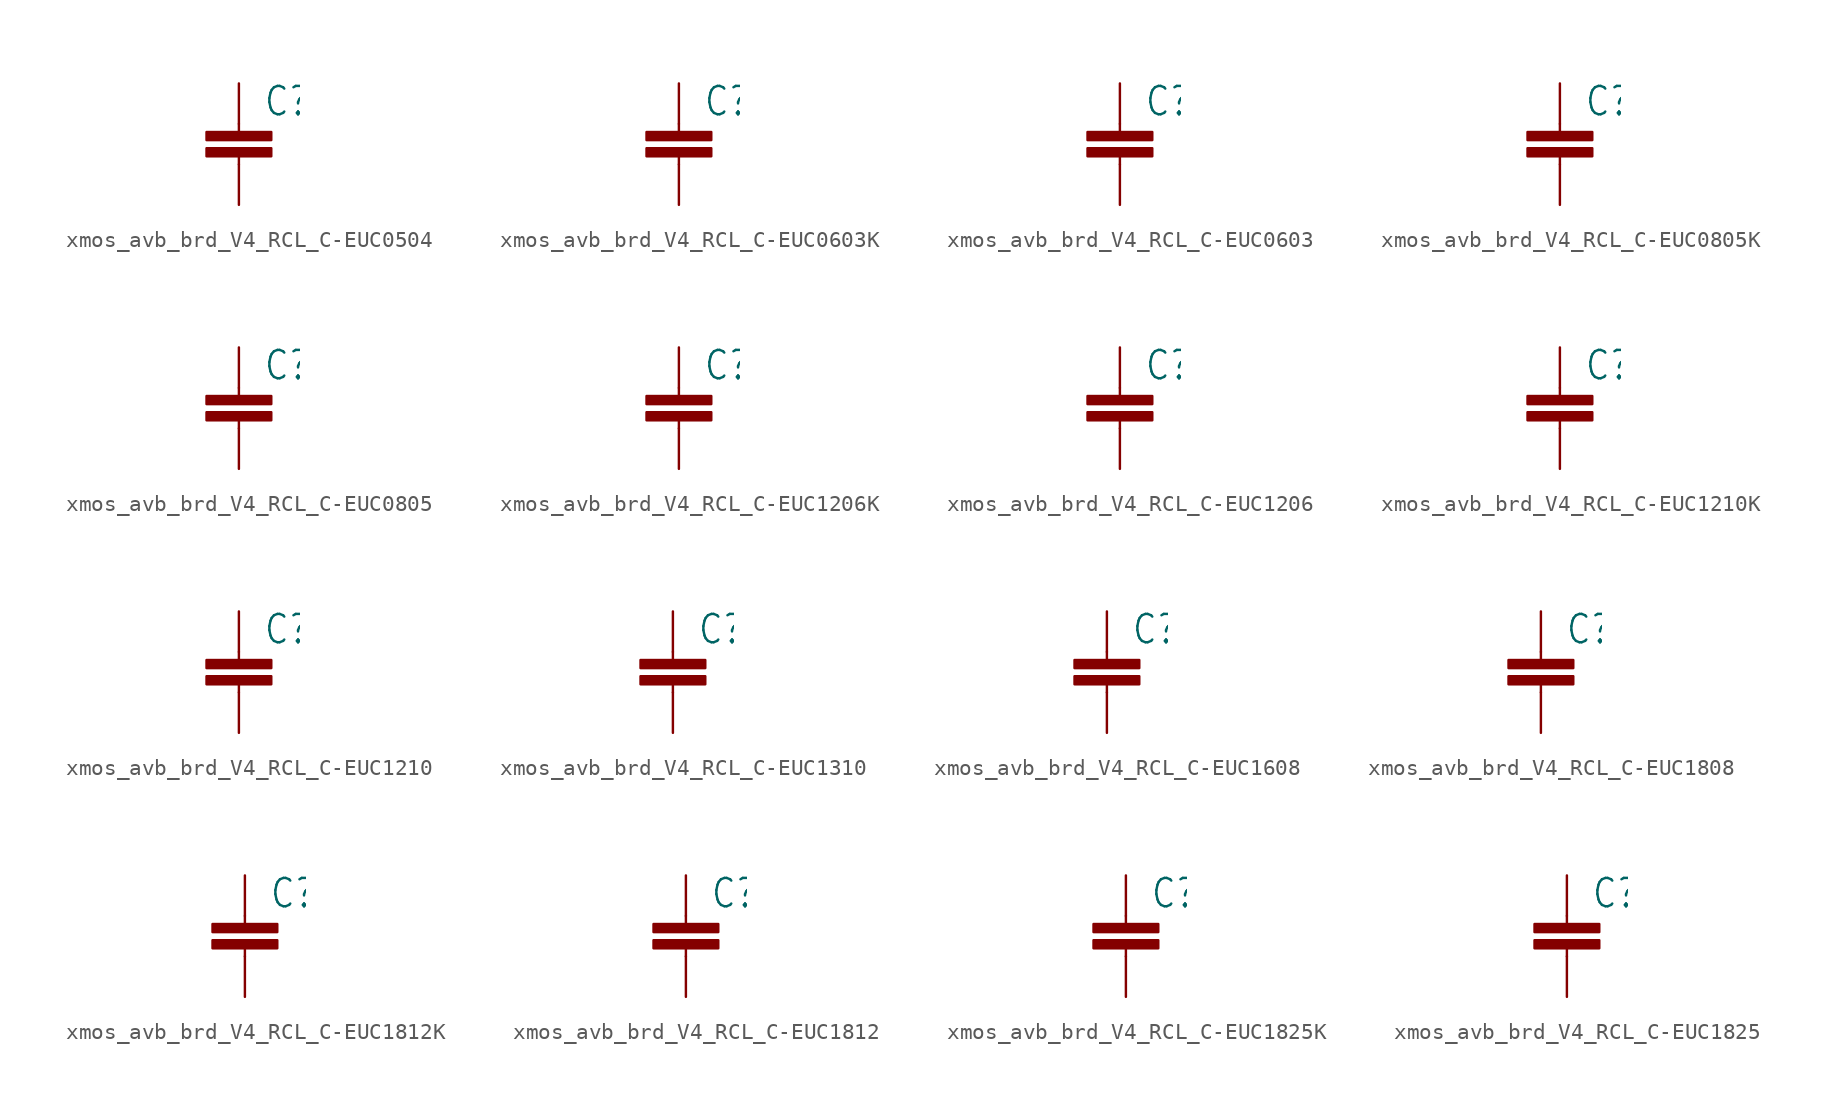
<source format=kicad_sym>
(kicad_symbol_lib
  (version 20241209)
  (generator "kicad_symbol_editor")
  (generator_version "9.0")
  (symbol "xmos_avb_brd_V4_RCL_C-EUC0504"
    (property "Reference" "C"
      (at 1.524 0.381 0)
      (effects (font (size 1.778 1.511)) (justify left bottom)))
    (property "Value" ""
      (at 1.524 -4.699 0)
      (effects (font (size 1.778 1.511)) (justify left bottom)))
    (property "ki_locked" ""
      (at 0 0 0)
      (effects (font (size 1.27 1.27))))
    (symbol "xmos_avb_brd_V4_RCL_C-EUC0504_1_0"
      (rectangle (start -2.032 -1.016) (end 2.032 -0.508) (stroke (width 0) (type default)) (fill (type outline)))
      (rectangle (start -2.032 -2.032) (end 2.032 -1.524) (stroke (width 0) (type default)) (fill (type outline)))
      (polyline (pts (xy 0 0) (xy 0 -0.508)) (stroke (width 0.152) (type solid)) (fill (type none)))
      (polyline (pts (xy 0 -2.54) (xy 0 -2.032)) (stroke (width 0.152) (type solid)) (fill (type none)))
      (pin passive line (at 0 2.54 270) (length 2.54) (name "1" (effects (font (size 0 0)))) (number "1" (effects (font (size 0 0)))))
      (pin passive line (at 0 -5.08 90) (length 2.54) (name "2" (effects (font (size 0 0)))) (number "2" (effects (font (size 0 0)))))))
  (symbol "xmos_avb_brd_V4_RCL_C-EUC0603K"
    (property "Reference" "C"
      (at 1.524 0.381 0)
      (effects (font (size 1.778 1.511)) (justify left bottom)))
    (property "Value" ""
      (at 1.524 -4.699 0)
      (effects (font (size 1.778 1.511)) (justify left bottom)))
    (property "ki_locked" ""
      (at 0 0 0)
      (effects (font (size 1.27 1.27))))
    (symbol "xmos_avb_brd_V4_RCL_C-EUC0603K_1_0"
      (rectangle (start -2.032 -1.016) (end 2.032 -0.508) (stroke (width 0) (type default)) (fill (type outline)))
      (rectangle (start -2.032 -2.032) (end 2.032 -1.524) (stroke (width 0) (type default)) (fill (type outline)))
      (polyline (pts (xy 0 0) (xy 0 -0.508)) (stroke (width 0.152) (type solid)) (fill (type none)))
      (polyline (pts (xy 0 -2.54) (xy 0 -2.032)) (stroke (width 0.152) (type solid)) (fill (type none)))
      (pin passive line (at 0 2.54 270) (length 2.54) (name "1" (effects (font (size 0 0)))) (number "1" (effects (font (size 0 0)))))
      (pin passive line (at 0 -5.08 90) (length 2.54) (name "2" (effects (font (size 0 0)))) (number "2" (effects (font (size 0 0)))))))
  (symbol "xmos_avb_brd_V4_RCL_C-EUC0603"
    (property "Reference" "C"
      (at 1.524 0.381 0)
      (effects (font (size 1.778 1.511)) (justify left bottom)))
    (property "Value" ""
      (at 1.524 -4.699 0)
      (effects (font (size 1.778 1.511)) (justify left bottom)))
    (property "ki_locked" ""
      (at 0 0 0)
      (effects (font (size 1.27 1.27))))
    (symbol "xmos_avb_brd_V4_RCL_C-EUC0603_1_0"
      (rectangle (start -2.032 -1.016) (end 2.032 -0.508) (stroke (width 0) (type default)) (fill (type outline)))
      (rectangle (start -2.032 -2.032) (end 2.032 -1.524) (stroke (width 0) (type default)) (fill (type outline)))
      (polyline (pts (xy 0 0) (xy 0 -0.508)) (stroke (width 0.152) (type solid)) (fill (type none)))
      (polyline (pts (xy 0 -2.54) (xy 0 -2.032)) (stroke (width 0.152) (type solid)) (fill (type none)))
      (pin passive line (at 0 2.54 270) (length 2.54) (name "1" (effects (font (size 0 0)))) (number "1" (effects (font (size 0 0)))))
      (pin passive line (at 0 -5.08 90) (length 2.54) (name "2" (effects (font (size 0 0)))) (number "2" (effects (font (size 0 0)))))))
  (symbol "xmos_avb_brd_V4_RCL_C-EUC0805K"
    (property "Reference" "C"
      (at 1.524 0.381 0)
      (effects (font (size 1.778 1.511)) (justify left bottom)))
    (property "Value" ""
      (at 1.524 -4.699 0)
      (effects (font (size 1.778 1.511)) (justify left bottom)))
    (property "ki_locked" ""
      (at 0 0 0)
      (effects (font (size 1.27 1.27))))
    (symbol "xmos_avb_brd_V4_RCL_C-EUC0805K_1_0"
      (rectangle (start -2.032 -1.016) (end 2.032 -0.508) (stroke (width 0) (type default)) (fill (type outline)))
      (rectangle (start -2.032 -2.032) (end 2.032 -1.524) (stroke (width 0) (type default)) (fill (type outline)))
      (polyline (pts (xy 0 0) (xy 0 -0.508)) (stroke (width 0.152) (type solid)) (fill (type none)))
      (polyline (pts (xy 0 -2.54) (xy 0 -2.032)) (stroke (width 0.152) (type solid)) (fill (type none)))
      (pin passive line (at 0 2.54 270) (length 2.54) (name "1" (effects (font (size 0 0)))) (number "1" (effects (font (size 0 0)))))
      (pin passive line (at 0 -5.08 90) (length 2.54) (name "2" (effects (font (size 0 0)))) (number "2" (effects (font (size 0 0)))))))
  (symbol "xmos_avb_brd_V4_RCL_C-EUC0805"
    (property "Reference" "C"
      (at 1.524 0.381 0)
      (effects (font (size 1.778 1.511)) (justify left bottom)))
    (property "Value" ""
      (at 1.524 -4.699 0)
      (effects (font (size 1.778 1.511)) (justify left bottom)))
    (property "ki_locked" ""
      (at 0 0 0)
      (effects (font (size 1.27 1.27))))
    (symbol "xmos_avb_brd_V4_RCL_C-EUC0805_1_0"
      (rectangle (start -2.032 -1.016) (end 2.032 -0.508) (stroke (width 0) (type default)) (fill (type outline)))
      (rectangle (start -2.032 -2.032) (end 2.032 -1.524) (stroke (width 0) (type default)) (fill (type outline)))
      (polyline (pts (xy 0 0) (xy 0 -0.508)) (stroke (width 0.152) (type solid)) (fill (type none)))
      (polyline (pts (xy 0 -2.54) (xy 0 -2.032)) (stroke (width 0.152) (type solid)) (fill (type none)))
      (pin passive line (at 0 2.54 270) (length 2.54) (name "1" (effects (font (size 0 0)))) (number "1" (effects (font (size 0 0)))))
      (pin passive line (at 0 -5.08 90) (length 2.54) (name "2" (effects (font (size 0 0)))) (number "2" (effects (font (size 0 0)))))))
  (symbol "xmos_avb_brd_V4_RCL_C-EUC1206K"
    (property "Reference" "C"
      (at 1.524 0.381 0)
      (effects (font (size 1.778 1.511)) (justify left bottom)))
    (property "Value" ""
      (at 1.524 -4.699 0)
      (effects (font (size 1.778 1.511)) (justify left bottom)))
    (property "ki_locked" ""
      (at 0 0 0)
      (effects (font (size 1.27 1.27))))
    (symbol "xmos_avb_brd_V4_RCL_C-EUC1206K_1_0"
      (rectangle (start -2.032 -1.016) (end 2.032 -0.508) (stroke (width 0) (type default)) (fill (type outline)))
      (rectangle (start -2.032 -2.032) (end 2.032 -1.524) (stroke (width 0) (type default)) (fill (type outline)))
      (polyline (pts (xy 0 0) (xy 0 -0.508)) (stroke (width 0.152) (type solid)) (fill (type none)))
      (polyline (pts (xy 0 -2.54) (xy 0 -2.032)) (stroke (width 0.152) (type solid)) (fill (type none)))
      (pin passive line (at 0 2.54 270) (length 2.54) (name "1" (effects (font (size 0 0)))) (number "1" (effects (font (size 0 0)))))
      (pin passive line (at 0 -5.08 90) (length 2.54) (name "2" (effects (font (size 0 0)))) (number "2" (effects (font (size 0 0)))))))
  (symbol "xmos_avb_brd_V4_RCL_C-EUC1206"
    (property "Reference" "C"
      (at 1.524 0.381 0)
      (effects (font (size 1.778 1.511)) (justify left bottom)))
    (property "Value" ""
      (at 1.524 -4.699 0)
      (effects (font (size 1.778 1.511)) (justify left bottom)))
    (property "ki_locked" ""
      (at 0 0 0)
      (effects (font (size 1.27 1.27))))
    (symbol "xmos_avb_brd_V4_RCL_C-EUC1206_1_0"
      (rectangle (start -2.032 -1.016) (end 2.032 -0.508) (stroke (width 0) (type default)) (fill (type outline)))
      (rectangle (start -2.032 -2.032) (end 2.032 -1.524) (stroke (width 0) (type default)) (fill (type outline)))
      (polyline (pts (xy 0 0) (xy 0 -0.508)) (stroke (width 0.152) (type solid)) (fill (type none)))
      (polyline (pts (xy 0 -2.54) (xy 0 -2.032)) (stroke (width 0.152) (type solid)) (fill (type none)))
      (pin passive line (at 0 2.54 270) (length 2.54) (name "1" (effects (font (size 0 0)))) (number "1" (effects (font (size 0 0)))))
      (pin passive line (at 0 -5.08 90) (length 2.54) (name "2" (effects (font (size 0 0)))) (number "2" (effects (font (size 0 0)))))))
  (symbol "xmos_avb_brd_V4_RCL_C-EUC1210K"
    (property "Reference" "C"
      (at 1.524 0.381 0)
      (effects (font (size 1.778 1.511)) (justify left bottom)))
    (property "Value" ""
      (at 1.524 -4.699 0)
      (effects (font (size 1.778 1.511)) (justify left bottom)))
    (property "ki_locked" ""
      (at 0 0 0)
      (effects (font (size 1.27 1.27))))
    (symbol "xmos_avb_brd_V4_RCL_C-EUC1210K_1_0"
      (rectangle (start -2.032 -1.016) (end 2.032 -0.508) (stroke (width 0) (type default)) (fill (type outline)))
      (rectangle (start -2.032 -2.032) (end 2.032 -1.524) (stroke (width 0) (type default)) (fill (type outline)))
      (polyline (pts (xy 0 0) (xy 0 -0.508)) (stroke (width 0.152) (type solid)) (fill (type none)))
      (polyline (pts (xy 0 -2.54) (xy 0 -2.032)) (stroke (width 0.152) (type solid)) (fill (type none)))
      (pin passive line (at 0 2.54 270) (length 2.54) (name "1" (effects (font (size 0 0)))) (number "1" (effects (font (size 0 0)))))
      (pin passive line (at 0 -5.08 90) (length 2.54) (name "2" (effects (font (size 0 0)))) (number "2" (effects (font (size 0 0)))))))
  (symbol "xmos_avb_brd_V4_RCL_C-EUC1210"
    (property "Reference" "C"
      (at 1.524 0.381 0)
      (effects (font (size 1.778 1.511)) (justify left bottom)))
    (property "Value" ""
      (at 1.524 -4.699 0)
      (effects (font (size 1.778 1.511)) (justify left bottom)))
    (property "ki_locked" ""
      (at 0 0 0)
      (effects (font (size 1.27 1.27))))
    (symbol "xmos_avb_brd_V4_RCL_C-EUC1210_1_0"
      (rectangle (start -2.032 -1.016) (end 2.032 -0.508) (stroke (width 0) (type default)) (fill (type outline)))
      (rectangle (start -2.032 -2.032) (end 2.032 -1.524) (stroke (width 0) (type default)) (fill (type outline)))
      (polyline (pts (xy 0 0) (xy 0 -0.508)) (stroke (width 0.152) (type solid)) (fill (type none)))
      (polyline (pts (xy 0 -2.54) (xy 0 -2.032)) (stroke (width 0.152) (type solid)) (fill (type none)))
      (pin passive line (at 0 2.54 270) (length 2.54) (name "1" (effects (font (size 0 0)))) (number "1" (effects (font (size 0 0)))))
      (pin passive line (at 0 -5.08 90) (length 2.54) (name "2" (effects (font (size 0 0)))) (number "2" (effects (font (size 0 0)))))))
  (symbol "xmos_avb_brd_V4_RCL_C-EUC1310"
    (property "Reference" "C"
      (at 1.524 0.381 0)
      (effects (font (size 1.778 1.511)) (justify left bottom)))
    (property "Value" ""
      (at 1.524 -4.699 0)
      (effects (font (size 1.778 1.511)) (justify left bottom)))
    (property "ki_locked" ""
      (at 0 0 0)
      (effects (font (size 1.27 1.27))))
    (symbol "xmos_avb_brd_V4_RCL_C-EUC1310_1_0"
      (rectangle (start -2.032 -1.016) (end 2.032 -0.508) (stroke (width 0) (type default)) (fill (type outline)))
      (rectangle (start -2.032 -2.032) (end 2.032 -1.524) (stroke (width 0) (type default)) (fill (type outline)))
      (polyline (pts (xy 0 0) (xy 0 -0.508)) (stroke (width 0.152) (type solid)) (fill (type none)))
      (polyline (pts (xy 0 -2.54) (xy 0 -2.032)) (stroke (width 0.152) (type solid)) (fill (type none)))
      (pin passive line (at 0 2.54 270) (length 2.54) (name "1" (effects (font (size 0 0)))) (number "1" (effects (font (size 0 0)))))
      (pin passive line (at 0 -5.08 90) (length 2.54) (name "2" (effects (font (size 0 0)))) (number "2" (effects (font (size 0 0)))))))
  (symbol "xmos_avb_brd_V4_RCL_C-EUC1608"
    (property "Reference" "C"
      (at 1.524 0.381 0)
      (effects (font (size 1.778 1.511)) (justify left bottom)))
    (property "Value" ""
      (at 1.524 -4.699 0)
      (effects (font (size 1.778 1.511)) (justify left bottom)))
    (property "ki_locked" ""
      (at 0 0 0)
      (effects (font (size 1.27 1.27))))
    (symbol "xmos_avb_brd_V4_RCL_C-EUC1608_1_0"
      (rectangle (start -2.032 -1.016) (end 2.032 -0.508) (stroke (width 0) (type default)) (fill (type outline)))
      (rectangle (start -2.032 -2.032) (end 2.032 -1.524) (stroke (width 0) (type default)) (fill (type outline)))
      (polyline (pts (xy 0 0) (xy 0 -0.508)) (stroke (width 0.152) (type solid)) (fill (type none)))
      (polyline (pts (xy 0 -2.54) (xy 0 -2.032)) (stroke (width 0.152) (type solid)) (fill (type none)))
      (pin passive line (at 0 2.54 270) (length 2.54) (name "1" (effects (font (size 0 0)))) (number "1" (effects (font (size 0 0)))))
      (pin passive line (at 0 -5.08 90) (length 2.54) (name "2" (effects (font (size 0 0)))) (number "2" (effects (font (size 0 0)))))))
  (symbol "xmos_avb_brd_V4_RCL_C-EUC1808"
    (property "Reference" "C"
      (at 1.524 0.381 0)
      (effects (font (size 1.778 1.511)) (justify left bottom)))
    (property "Value" ""
      (at 1.524 -4.699 0)
      (effects (font (size 1.778 1.511)) (justify left bottom)))
    (property "ki_locked" ""
      (at 0 0 0)
      (effects (font (size 1.27 1.27))))
    (symbol "xmos_avb_brd_V4_RCL_C-EUC1808_1_0"
      (rectangle (start -2.032 -1.016) (end 2.032 -0.508) (stroke (width 0) (type default)) (fill (type outline)))
      (rectangle (start -2.032 -2.032) (end 2.032 -1.524) (stroke (width 0) (type default)) (fill (type outline)))
      (polyline (pts (xy 0 0) (xy 0 -0.508)) (stroke (width 0.152) (type solid)) (fill (type none)))
      (polyline (pts (xy 0 -2.54) (xy 0 -2.032)) (stroke (width 0.152) (type solid)) (fill (type none)))
      (pin passive line (at 0 2.54 270) (length 2.54) (name "1" (effects (font (size 0 0)))) (number "1" (effects (font (size 0 0)))))
      (pin passive line (at 0 -5.08 90) (length 2.54) (name "2" (effects (font (size 0 0)))) (number "2" (effects (font (size 0 0)))))))
  (symbol "xmos_avb_brd_V4_RCL_C-EUC1812K"
    (property "Reference" "C"
      (at 1.524 0.381 0)
      (effects (font (size 1.778 1.511)) (justify left bottom)))
    (property "Value" ""
      (at 1.524 -4.699 0)
      (effects (font (size 1.778 1.511)) (justify left bottom)))
    (property "ki_locked" ""
      (at 0 0 0)
      (effects (font (size 1.27 1.27))))
    (symbol "xmos_avb_brd_V4_RCL_C-EUC1812K_1_0"
      (rectangle (start -2.032 -1.016) (end 2.032 -0.508) (stroke (width 0) (type default)) (fill (type outline)))
      (rectangle (start -2.032 -2.032) (end 2.032 -1.524) (stroke (width 0) (type default)) (fill (type outline)))
      (polyline (pts (xy 0 0) (xy 0 -0.508)) (stroke (width 0.152) (type solid)) (fill (type none)))
      (polyline (pts (xy 0 -2.54) (xy 0 -2.032)) (stroke (width 0.152) (type solid)) (fill (type none)))
      (pin passive line (at 0 2.54 270) (length 2.54) (name "1" (effects (font (size 0 0)))) (number "1" (effects (font (size 0 0)))))
      (pin passive line (at 0 -5.08 90) (length 2.54) (name "2" (effects (font (size 0 0)))) (number "2" (effects (font (size 0 0)))))))
  (symbol "xmos_avb_brd_V4_RCL_C-EUC1812"
    (property "Reference" "C"
      (at 1.524 0.381 0)
      (effects (font (size 1.778 1.511)) (justify left bottom)))
    (property "Value" ""
      (at 1.524 -4.699 0)
      (effects (font (size 1.778 1.511)) (justify left bottom)))
    (property "ki_locked" ""
      (at 0 0 0)
      (effects (font (size 1.27 1.27))))
    (symbol "xmos_avb_brd_V4_RCL_C-EUC1812_1_0"
      (rectangle (start -2.032 -1.016) (end 2.032 -0.508) (stroke (width 0) (type default)) (fill (type outline)))
      (rectangle (start -2.032 -2.032) (end 2.032 -1.524) (stroke (width 0) (type default)) (fill (type outline)))
      (polyline (pts (xy 0 0) (xy 0 -0.508)) (stroke (width 0.152) (type solid)) (fill (type none)))
      (polyline (pts (xy 0 -2.54) (xy 0 -2.032)) (stroke (width 0.152) (type solid)) (fill (type none)))
      (pin passive line (at 0 2.54 270) (length 2.54) (name "1" (effects (font (size 0 0)))) (number "1" (effects (font (size 0 0)))))
      (pin passive line (at 0 -5.08 90) (length 2.54) (name "2" (effects (font (size 0 0)))) (number "2" (effects (font (size 0 0)))))))
  (symbol "xmos_avb_brd_V4_RCL_C-EUC1825K"
    (property "Reference" "C"
      (at 1.524 0.381 0)
      (effects (font (size 1.778 1.511)) (justify left bottom)))
    (property "Value" ""
      (at 1.524 -4.699 0)
      (effects (font (size 1.778 1.511)) (justify left bottom)))
    (property "ki_locked" ""
      (at 0 0 0)
      (effects (font (size 1.27 1.27))))
    (symbol "xmos_avb_brd_V4_RCL_C-EUC1825K_1_0"
      (rectangle (start -2.032 -1.016) (end 2.032 -0.508) (stroke (width 0) (type default)) (fill (type outline)))
      (rectangle (start -2.032 -2.032) (end 2.032 -1.524) (stroke (width 0) (type default)) (fill (type outline)))
      (polyline (pts (xy 0 0) (xy 0 -0.508)) (stroke (width 0.152) (type solid)) (fill (type none)))
      (polyline (pts (xy 0 -2.54) (xy 0 -2.032)) (stroke (width 0.152) (type solid)) (fill (type none)))
      (pin passive line (at 0 2.54 270) (length 2.54) (name "1" (effects (font (size 0 0)))) (number "1" (effects (font (size 0 0)))))
      (pin passive line (at 0 -5.08 90) (length 2.54) (name "2" (effects (font (size 0 0)))) (number "2" (effects (font (size 0 0)))))))
  (symbol "xmos_avb_brd_V4_RCL_C-EUC1825"
    (property "Reference" "C"
      (at 1.524 0.381 0)
      (effects (font (size 1.778 1.511)) (justify left bottom)))
    (property "Value" ""
      (at 1.524 -4.699 0)
      (effects (font (size 1.778 1.511)) (justify left bottom)))
    (property "ki_locked" ""
      (at 0 0 0)
      (effects (font (size 1.27 1.27))))
    (symbol "xmos_avb_brd_V4_RCL_C-EUC1825_1_0"
      (rectangle (start -2.032 -1.016) (end 2.032 -0.508) (stroke (width 0) (type default)) (fill (type outline)))
      (rectangle (start -2.032 -2.032) (end 2.032 -1.524) (stroke (width 0) (type default)) (fill (type outline)))
      (polyline (pts (xy 0 0) (xy 0 -0.508)) (stroke (width 0.152) (type solid)) (fill (type none)))
      (polyline (pts (xy 0 -2.54) (xy 0 -2.032)) (stroke (width 0.152) (type solid)) (fill (type none)))
      (pin passive line (at 0 2.54 270) (length 2.54) (name "1" (effects (font (size 0 0)))) (number "1" (effects (font (size 0 0)))))
      (pin passive line (at 0 -5.08 90) (length 2.54) (name "2" (effects (font (size 0 0)))) (number "2" (effects (font (size 0 0))))))))
</source>
